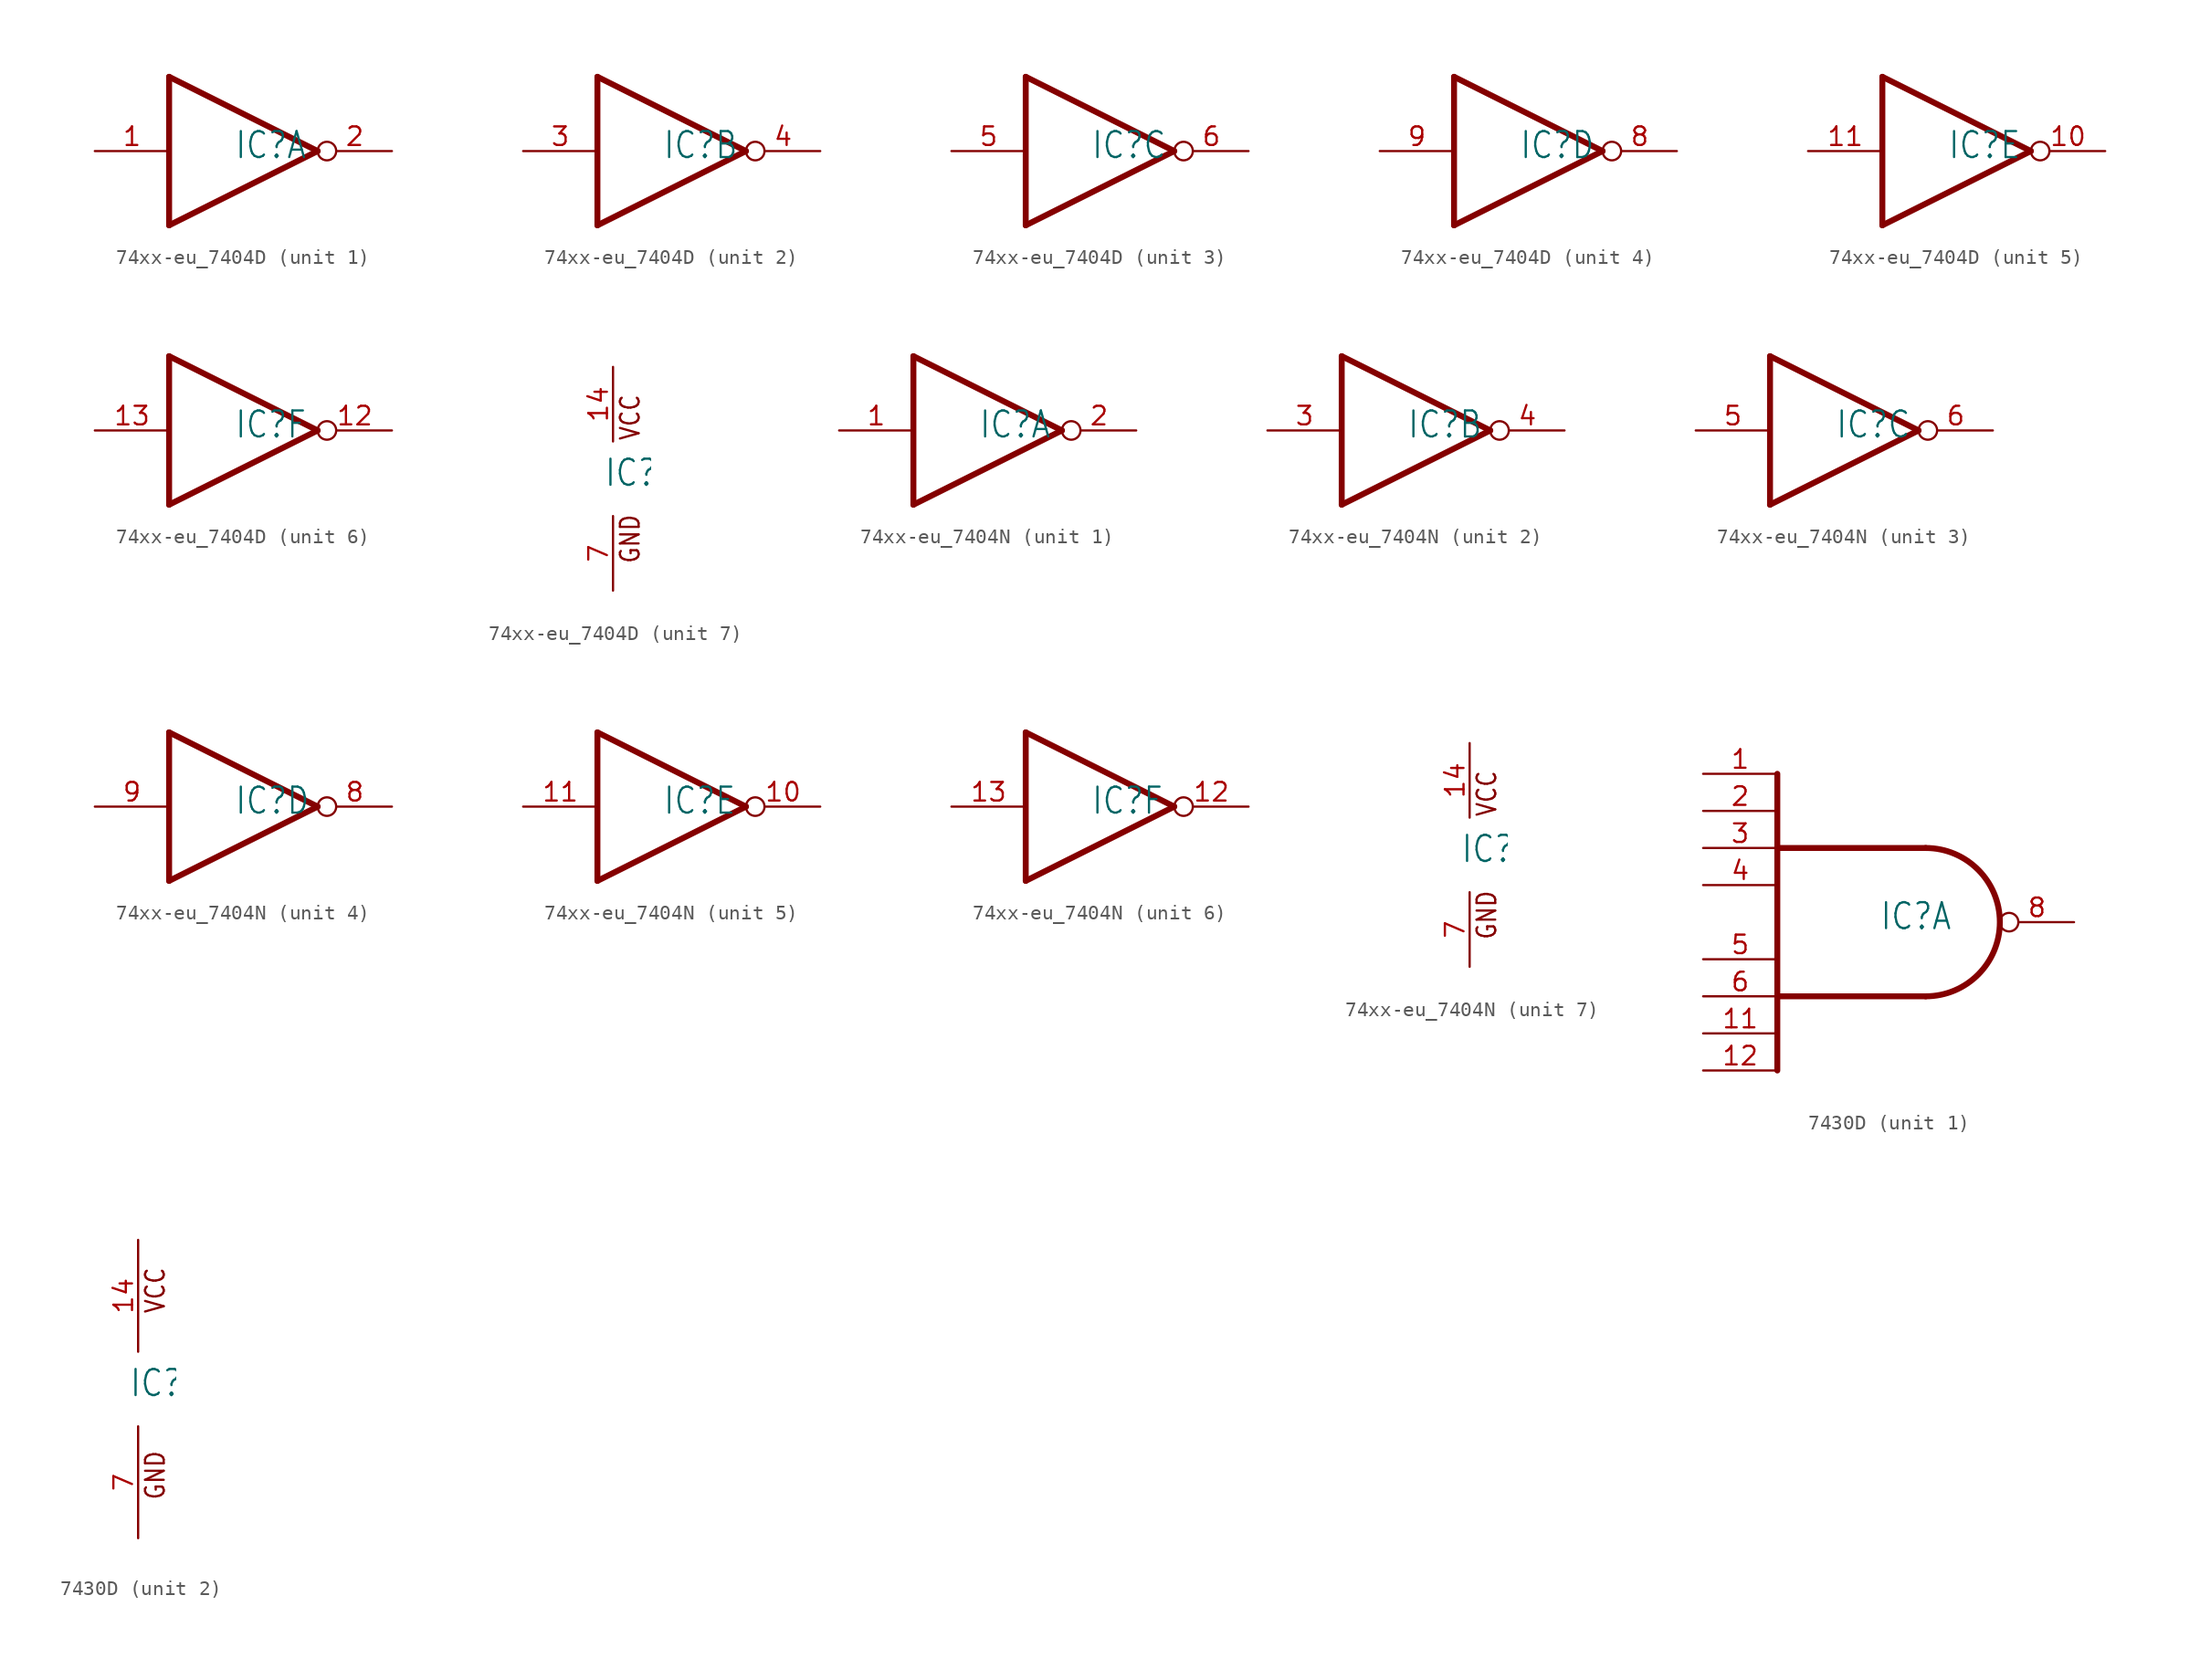
<source format=kicad_sym>
(kicad_symbol_lib
  (version 20220914)
  (generator kicad_symbol_editor)
  (symbol "74xx-eu_7404D"
    (property "Reference" "IC"
      (at -0.635 -0.635 0)
      (effects (font (size 1.778 1.511)) (justify left bottom)))
    (property "ki_locked" ""
      (at 0 0 0)
      (effects (font (size 1.27 1.27))))
    (symbol "74xx-eu_7404D_1_0"
      (polyline (pts (xy -5.08 -5.08) (xy -5.08 5.08)) (stroke (width 0.406) (type solid)) (fill (type none)))
      (polyline (pts (xy -5.08 5.08) (xy 5.08 0)) (stroke (width 0.406) (type solid)) (fill (type none)))
      (polyline (pts (xy 5.08 0) (xy -5.08 -5.08)) (stroke (width 0.406) (type solid)) (fill (type none)))
      (pin input line (at -10.16 0 0) (length 5.08) (name "I" (effects (font (size 0 0)))) (number "1" (effects (font (size 1.27 1.27)))))
      (pin output inverted (at 10.16 0 180) (length 5.08) (name "O" (effects (font (size 0 0)))) (number "2" (effects (font (size 1.27 1.27))))))
    (symbol "74xx-eu_7404D_2_0"
      (polyline (pts (xy -5.08 -5.08) (xy -5.08 5.08)) (stroke (width 0.406) (type solid)) (fill (type none)))
      (polyline (pts (xy -5.08 5.08) (xy 5.08 0)) (stroke (width 0.406) (type solid)) (fill (type none)))
      (polyline (pts (xy 5.08 0) (xy -5.08 -5.08)) (stroke (width 0.406) (type solid)) (fill (type none)))
      (pin input line (at -10.16 0 0) (length 5.08) (name "I" (effects (font (size 0 0)))) (number "3" (effects (font (size 1.27 1.27)))))
      (pin output inverted (at 10.16 0 180) (length 5.08) (name "O" (effects (font (size 0 0)))) (number "4" (effects (font (size 1.27 1.27))))))
    (symbol "74xx-eu_7404D_3_0"
      (polyline (pts (xy -5.08 -5.08) (xy -5.08 5.08)) (stroke (width 0.406) (type solid)) (fill (type none)))
      (polyline (pts (xy -5.08 5.08) (xy 5.08 0)) (stroke (width 0.406) (type solid)) (fill (type none)))
      (polyline (pts (xy 5.08 0) (xy -5.08 -5.08)) (stroke (width 0.406) (type solid)) (fill (type none)))
      (pin input line (at -10.16 0 0) (length 5.08) (name "I" (effects (font (size 0 0)))) (number "5" (effects (font (size 1.27 1.27)))))
      (pin output inverted (at 10.16 0 180) (length 5.08) (name "O" (effects (font (size 0 0)))) (number "6" (effects (font (size 1.27 1.27))))))
    (symbol "74xx-eu_7404D_4_0"
      (polyline (pts (xy -5.08 -5.08) (xy -5.08 5.08)) (stroke (width 0.406) (type solid)) (fill (type none)))
      (polyline (pts (xy -5.08 5.08) (xy 5.08 0)) (stroke (width 0.406) (type solid)) (fill (type none)))
      (polyline (pts (xy 5.08 0) (xy -5.08 -5.08)) (stroke (width 0.406) (type solid)) (fill (type none)))
      (pin output inverted (at 10.16 0 180) (length 5.08) (name "O" (effects (font (size 0 0)))) (number "8" (effects (font (size 1.27 1.27)))))
      (pin input line (at -10.16 0 0) (length 5.08) (name "I" (effects (font (size 0 0)))) (number "9" (effects (font (size 1.27 1.27))))))
    (symbol "74xx-eu_7404D_5_0"
      (polyline (pts (xy -5.08 -5.08) (xy -5.08 5.08)) (stroke (width 0.406) (type solid)) (fill (type none)))
      (polyline (pts (xy -5.08 5.08) (xy 5.08 0)) (stroke (width 0.406) (type solid)) (fill (type none)))
      (polyline (pts (xy 5.08 0) (xy -5.08 -5.08)) (stroke (width 0.406) (type solid)) (fill (type none)))
      (pin output inverted (at 10.16 0 180) (length 5.08) (name "O" (effects (font (size 0 0)))) (number "10" (effects (font (size 1.27 1.27)))))
      (pin input line (at -10.16 0 0) (length 5.08) (name "I" (effects (font (size 0 0)))) (number "11" (effects (font (size 1.27 1.27))))))
    (symbol "74xx-eu_7404D_6_0"
      (polyline (pts (xy -5.08 -5.08) (xy -5.08 5.08)) (stroke (width 0.406) (type solid)) (fill (type none)))
      (polyline (pts (xy -5.08 5.08) (xy 5.08 0)) (stroke (width 0.406) (type solid)) (fill (type none)))
      (polyline (pts (xy 5.08 0) (xy -5.08 -5.08)) (stroke (width 0.406) (type solid)) (fill (type none)))
      (pin output inverted (at 10.16 0 180) (length 5.08) (name "O" (effects (font (size 0 0)))) (number "12" (effects (font (size 1.27 1.27)))))
      (pin input line (at -10.16 0 0) (length 5.08) (name "I" (effects (font (size 0 0)))) (number "13" (effects (font (size 1.27 1.27))))))
    (symbol "74xx-eu_7404D_7_0"
      (text "GND" (at 1.905 -5.842 900) (effects (font (size 1.27 1.079)) (justify left bottom)))
      (text "VCC" (at 1.905 2.54 900) (effects (font (size 1.27 1.079)) (justify left bottom)))
      (pin power_in line (at 0 7.62 270) (length 5.08) (name "VCC" (effects (font (size 0 0)))) (number "14" (effects (font (size 1.27 1.27)))))
      (pin power_in line (at 0 -7.62 90) (length 5.08) (name "GND" (effects (font (size 0 0)))) (number "7" (effects (font (size 1.27 1.27)))))))
  (symbol "74xx-eu_7404N"
    (property "Reference" "IC"
      (at -0.635 -0.635 0)
      (effects (font (size 1.778 1.511)) (justify left bottom)))
    (property "ki_locked" ""
      (at 0 0 0)
      (effects (font (size 1.27 1.27))))
    (symbol "74xx-eu_7404N_1_0"
      (polyline (pts (xy -5.08 -5.08) (xy -5.08 5.08)) (stroke (width 0.406) (type solid)) (fill (type none)))
      (polyline (pts (xy -5.08 5.08) (xy 5.08 0)) (stroke (width 0.406) (type solid)) (fill (type none)))
      (polyline (pts (xy 5.08 0) (xy -5.08 -5.08)) (stroke (width 0.406) (type solid)) (fill (type none)))
      (pin input line (at -10.16 0 0) (length 5.08) (name "I" (effects (font (size 0 0)))) (number "1" (effects (font (size 1.27 1.27)))))
      (pin output inverted (at 10.16 0 180) (length 5.08) (name "O" (effects (font (size 0 0)))) (number "2" (effects (font (size 1.27 1.27))))))
    (symbol "74xx-eu_7404N_2_0"
      (polyline (pts (xy -5.08 -5.08) (xy -5.08 5.08)) (stroke (width 0.406) (type solid)) (fill (type none)))
      (polyline (pts (xy -5.08 5.08) (xy 5.08 0)) (stroke (width 0.406) (type solid)) (fill (type none)))
      (polyline (pts (xy 5.08 0) (xy -5.08 -5.08)) (stroke (width 0.406) (type solid)) (fill (type none)))
      (pin input line (at -10.16 0 0) (length 5.08) (name "I" (effects (font (size 0 0)))) (number "3" (effects (font (size 1.27 1.27)))))
      (pin output inverted (at 10.16 0 180) (length 5.08) (name "O" (effects (font (size 0 0)))) (number "4" (effects (font (size 1.27 1.27))))))
    (symbol "74xx-eu_7404N_3_0"
      (polyline (pts (xy -5.08 -5.08) (xy -5.08 5.08)) (stroke (width 0.406) (type solid)) (fill (type none)))
      (polyline (pts (xy -5.08 5.08) (xy 5.08 0)) (stroke (width 0.406) (type solid)) (fill (type none)))
      (polyline (pts (xy 5.08 0) (xy -5.08 -5.08)) (stroke (width 0.406) (type solid)) (fill (type none)))
      (pin input line (at -10.16 0 0) (length 5.08) (name "I" (effects (font (size 0 0)))) (number "5" (effects (font (size 1.27 1.27)))))
      (pin output inverted (at 10.16 0 180) (length 5.08) (name "O" (effects (font (size 0 0)))) (number "6" (effects (font (size 1.27 1.27))))))
    (symbol "74xx-eu_7404N_4_0"
      (polyline (pts (xy -5.08 -5.08) (xy -5.08 5.08)) (stroke (width 0.406) (type solid)) (fill (type none)))
      (polyline (pts (xy -5.08 5.08) (xy 5.08 0)) (stroke (width 0.406) (type solid)) (fill (type none)))
      (polyline (pts (xy 5.08 0) (xy -5.08 -5.08)) (stroke (width 0.406) (type solid)) (fill (type none)))
      (pin output inverted (at 10.16 0 180) (length 5.08) (name "O" (effects (font (size 0 0)))) (number "8" (effects (font (size 1.27 1.27)))))
      (pin input line (at -10.16 0 0) (length 5.08) (name "I" (effects (font (size 0 0)))) (number "9" (effects (font (size 1.27 1.27))))))
    (symbol "74xx-eu_7404N_5_0"
      (polyline (pts (xy -5.08 -5.08) (xy -5.08 5.08)) (stroke (width 0.406) (type solid)) (fill (type none)))
      (polyline (pts (xy -5.08 5.08) (xy 5.08 0)) (stroke (width 0.406) (type solid)) (fill (type none)))
      (polyline (pts (xy 5.08 0) (xy -5.08 -5.08)) (stroke (width 0.406) (type solid)) (fill (type none)))
      (pin output inverted (at 10.16 0 180) (length 5.08) (name "O" (effects (font (size 0 0)))) (number "10" (effects (font (size 1.27 1.27)))))
      (pin input line (at -10.16 0 0) (length 5.08) (name "I" (effects (font (size 0 0)))) (number "11" (effects (font (size 1.27 1.27))))))
    (symbol "74xx-eu_7404N_6_0"
      (polyline (pts (xy -5.08 -5.08) (xy -5.08 5.08)) (stroke (width 0.406) (type solid)) (fill (type none)))
      (polyline (pts (xy -5.08 5.08) (xy 5.08 0)) (stroke (width 0.406) (type solid)) (fill (type none)))
      (polyline (pts (xy 5.08 0) (xy -5.08 -5.08)) (stroke (width 0.406) (type solid)) (fill (type none)))
      (pin output inverted (at 10.16 0 180) (length 5.08) (name "O" (effects (font (size 0 0)))) (number "12" (effects (font (size 1.27 1.27)))))
      (pin input line (at -10.16 0 0) (length 5.08) (name "I" (effects (font (size 0 0)))) (number "13" (effects (font (size 1.27 1.27))))))
    (symbol "74xx-eu_7404N_7_0"
      (text "GND" (at 1.905 -5.842 900) (effects (font (size 1.27 1.079)) (justify left bottom)))
      (text "VCC" (at 1.905 2.54 900) (effects (font (size 1.27 1.079)) (justify left bottom)))
      (pin power_in line (at 0 7.62 270) (length 5.08) (name "VCC" (effects (font (size 0 0)))) (number "14" (effects (font (size 1.27 1.27)))))
      (pin power_in line (at 0 -7.62 90) (length 5.08) (name "GND" (effects (font (size 0 0)))) (number "7" (effects (font (size 1.27 1.27)))))))
  (symbol "7430D"
    (property "Reference" "IC"
      (at -0.635 -0.635 0)
      (effects (font (size 1.778 1.511)) (justify left bottom)))
    (property "ki_locked" ""
      (at 0 0 0)
      (effects (font (size 1.27 1.27))))
    (symbol "7430D_1_0"
      (polyline (pts (xy -7.62 -5.08) (xy 2.54 -5.08)) (stroke (width 0.406) (type solid)) (fill (type none)))
      (polyline (pts (xy -7.62 5.08) (xy 2.54 5.08)) (stroke (width 0.406) (type solid)) (fill (type none)))
      (polyline (pts (xy -7.62 10.16) (xy -7.62 -10.16)) (stroke (width 0.406) (type solid)) (fill (type none)))
      (arc (start 2.5398 -5.08) (mid 7.6199 -0.0001) (end 2.54 5.08) (stroke (width 0.4064) (type solid)) (fill (type none)))
      (pin input line (at -12.7 10.16 0) (length 5.08) (name "I0" (effects (font (size 0 0)))) (number "1" (effects (font (size 1.27 1.27)))))
      (pin input line (at -12.7 -7.62 0) (length 5.08) (name "I6" (effects (font (size 0 0)))) (number "11" (effects (font (size 1.27 1.27)))))
      (pin input line (at -12.7 -10.16 0) (length 5.08) (name "I7" (effects (font (size 0 0)))) (number "12" (effects (font (size 1.27 1.27)))))
      (pin input line (at -12.7 7.62 0) (length 5.08) (name "I1" (effects (font (size 0 0)))) (number "2" (effects (font (size 1.27 1.27)))))
      (pin input line (at -12.7 5.08 0) (length 5.08) (name "I2" (effects (font (size 0 0)))) (number "3" (effects (font (size 1.27 1.27)))))
      (pin input line (at -12.7 2.54 0) (length 5.08) (name "I3" (effects (font (size 0 0)))) (number "4" (effects (font (size 1.27 1.27)))))
      (pin input line (at -12.7 -2.54 0) (length 5.08) (name "I4" (effects (font (size 0 0)))) (number "5" (effects (font (size 1.27 1.27)))))
      (pin input line (at -12.7 -5.08 0) (length 5.08) (name "I5" (effects (font (size 0 0)))) (number "6" (effects (font (size 1.27 1.27)))))
      (pin output inverted (at 12.7 0 180) (length 5.08) (name "O" (effects (font (size 0 0)))) (number "8" (effects (font (size 1.27 1.27))))))
    (symbol "7430D_2_0"
      (text "GND" (at 1.905 -7.62 900) (effects (font (size 1.27 1.079)) (justify left bottom)))
      (text "VCC" (at 1.905 5.08 900) (effects (font (size 1.27 1.079)) (justify left bottom)))
      (pin power_in line (at 0 10.16 270) (length 7.62) (name "VCC" (effects (font (size 0 0)))) (number "14" (effects (font (size 1.27 1.27)))))
      (pin power_in line (at 0 -10.16 90) (length 7.62) (name "GND" (effects (font (size 0 0)))) (number "7" (effects (font (size 1.27 1.27))))))))
</source>
